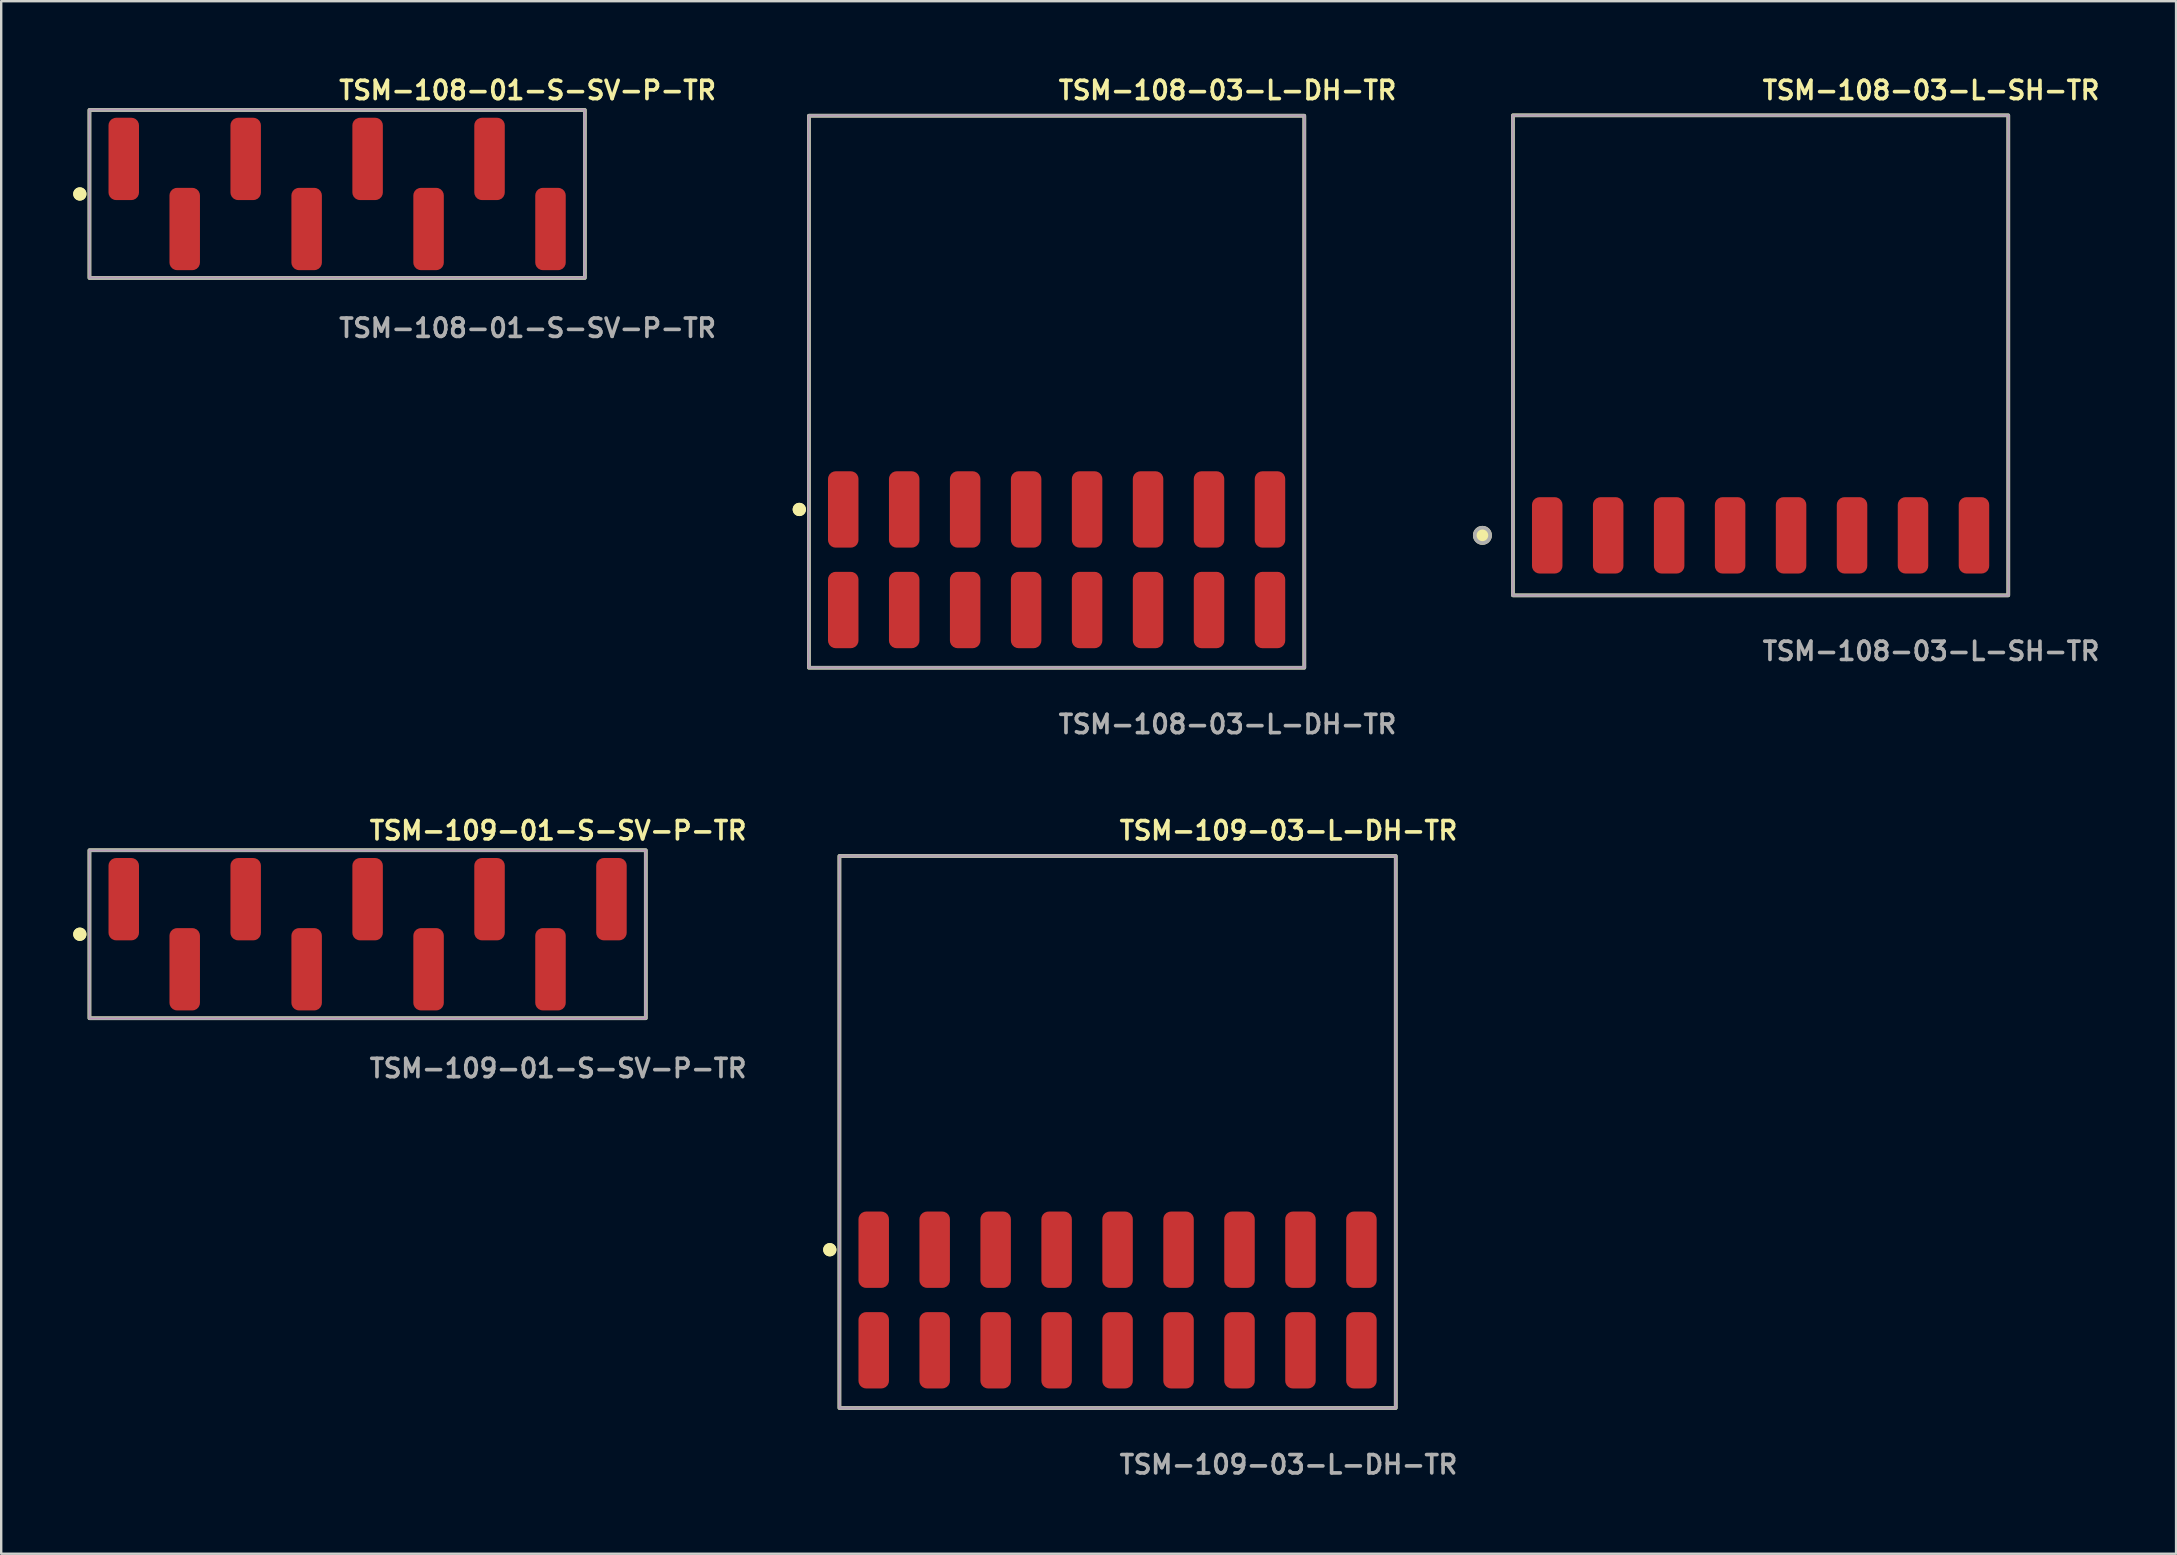
<source format=kicad_pcb>
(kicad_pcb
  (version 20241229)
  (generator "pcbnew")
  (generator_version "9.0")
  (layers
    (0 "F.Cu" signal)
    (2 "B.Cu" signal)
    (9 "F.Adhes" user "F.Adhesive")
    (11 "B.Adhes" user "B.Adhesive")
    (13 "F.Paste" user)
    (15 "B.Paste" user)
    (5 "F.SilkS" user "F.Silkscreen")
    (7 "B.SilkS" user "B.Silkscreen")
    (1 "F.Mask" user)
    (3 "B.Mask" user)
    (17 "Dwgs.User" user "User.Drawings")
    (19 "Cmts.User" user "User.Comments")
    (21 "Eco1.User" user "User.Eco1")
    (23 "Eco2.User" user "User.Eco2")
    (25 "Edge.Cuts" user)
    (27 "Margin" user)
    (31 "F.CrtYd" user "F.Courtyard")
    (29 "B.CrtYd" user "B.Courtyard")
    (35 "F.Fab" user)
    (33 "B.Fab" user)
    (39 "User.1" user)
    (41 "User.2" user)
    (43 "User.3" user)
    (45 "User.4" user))
  (footprint "TSM-108-01-S-SV-P-TR"
    (layer "F.Cu")
    (at 10.996 5.031)
    (property "Reference" "TSM-108-01-S-SV-P-TR" (at 0 -4.318 0) (unlocked yes) (layer "F.SilkS") (effects (font (size 0.762 0.762) (thickness 0.152)) (justify left)))
    (fp_rect (start -10.32 3.5) (end 10.32 -3.5) (stroke (width 0.152) (type solid)) (fill no) (layer "F.SilkS"))
    (fp_circle (center -10.72 0) (end -10.92 0) (stroke (width 0.152) (type solid)) (fill yes) (layer "F.SilkS"))
    (fp_circle (center -10.72 0) (end -10.92 0) (stroke (width 0.152) (type solid)) (fill yes) (layer "F.SilkS"))
    (fp_rect (start -10.32 3.5) (end 10.32 -3.5) (stroke (width 0.006) (type solid)) (fill no) (layer "F.CrtYd"))
    (fp_rect (start -10.32 3.5) (end 10.32 -3.5) (stroke (width 0.152) (type solid)) (fill no) (layer "F.Fab"))
    (fp_text user "${REFERENCE}" (at 0 5.588 0) (unlocked yes) (layer "F.Fab") (effects (font (size 0.762 0.762) (thickness 0.152)) (justify left)))
    (pad "1" smd roundrect (at -8.89 -1.46) (size 1.27 3.43) (layers "F.Cu" "F.Paste") (roundrect_rratio 0.25))
    (pad "2" smd roundrect (at -6.35 1.46) (size 1.27 3.43) (layers "F.Cu" "F.Paste") (roundrect_rratio 0.25))
    (pad "3" smd roundrect (at -3.81 -1.46) (size 1.27 3.43) (layers "F.Cu" "F.Paste") (roundrect_rratio 0.25))
    (pad "4" smd roundrect (at -1.27 1.46) (size 1.27 3.43) (layers "F.Cu" "F.Paste") (roundrect_rratio 0.25))
    (pad "5" smd roundrect (at 1.27 -1.46) (size 1.27 3.43) (layers "F.Cu" "F.Paste") (roundrect_rratio 0.25))
    (pad "6" smd roundrect (at 3.81 1.46) (size 1.27 3.43) (layers "F.Cu" "F.Paste") (roundrect_rratio 0.25))
    (pad "7" smd roundrect (at 6.35 -1.46) (size 1.27 3.43) (layers "F.Cu" "F.Paste") (roundrect_rratio 0.25))
    (pad "8" smd roundrect (at 8.89 1.46) (size 1.27 3.43) (layers "F.Cu" "F.Paste") (roundrect_rratio 0.25)))
  (footprint "TSM-109-03-L-DH-TR"
    (layer "F.Cu")
    (at 43.513 51.114)
    (property "Reference" "TSM-109-03-L-DH-TR" (at 0 -19.558 0) (unlocked yes) (layer "F.SilkS") (effects (font (size 0.762 0.762) (thickness 0.152)) (justify left)))
    (fp_rect (start -11.59 4.5) (end 11.59 -18.5) (stroke (width 0.152) (type solid)) (fill no) (layer "F.SilkS"))
    (fp_circle (center -11.99 -2.095) (end -12.19 -2.095) (stroke (width 0.152) (type solid)) (fill yes) (layer "F.SilkS"))
    (fp_circle (center -11.99 -2.095) (end -12.19 -2.095) (stroke (width 0.152) (type solid)) (fill yes) (layer "F.SilkS"))
    (fp_rect (start -11.59 4.5) (end 11.59 -18.5) (stroke (width 0.006) (type solid)) (fill no) (layer "F.CrtYd"))
    (fp_rect (start -11.59 4.5) (end 11.59 -18.5) (stroke (width 0.152) (type solid)) (fill no) (layer "F.Fab"))
    (fp_text user "${REFERENCE}" (at 0 6.858 0) (unlocked yes) (layer "F.Fab") (effects (font (size 0.762 0.762) (thickness 0.152)) (justify left)))
    (pad "1" smd roundrect (at -10.16 2.095) (size 1.27 3.18) (layers "F.Cu" "F.Paste") (roundrect_rratio 0.25))
    (pad "2" smd roundrect (at -10.16 -2.095) (size 1.27 3.18) (layers "F.Cu" "F.Paste") (roundrect_rratio 0.25))
    (pad "3" smd roundrect (at -7.62 2.095) (size 1.27 3.18) (layers "F.Cu" "F.Paste") (roundrect_rratio 0.25))
    (pad "4" smd roundrect (at -7.62 -2.095) (size 1.27 3.18) (layers "F.Cu" "F.Paste") (roundrect_rratio 0.25))
    (pad "5" smd roundrect (at -5.08 2.095) (size 1.27 3.18) (layers "F.Cu" "F.Paste") (roundrect_rratio 0.25))
    (pad "6" smd roundrect (at -5.08 -2.095) (size 1.27 3.18) (layers "F.Cu" "F.Paste") (roundrect_rratio 0.25))
    (pad "7" smd roundrect (at -2.54 2.095) (size 1.27 3.18) (layers "F.Cu" "F.Paste") (roundrect_rratio 0.25))
    (pad "8" smd roundrect (at -2.54 -2.095) (size 1.27 3.18) (layers "F.Cu" "F.Paste") (roundrect_rratio 0.25))
    (pad "9" smd roundrect (at 0 2.095) (size 1.27 3.18) (layers "F.Cu" "F.Paste") (roundrect_rratio 0.25))
    (pad "10" smd roundrect (at 0 -2.095) (size 1.27 3.18) (layers "F.Cu" "F.Paste") (roundrect_rratio 0.25))
    (pad "11" smd roundrect (at 2.54 2.095) (size 1.27 3.18) (layers "F.Cu" "F.Paste") (roundrect_rratio 0.25))
    (pad "12" smd roundrect (at 2.54 -2.095) (size 1.27 3.18) (layers "F.Cu" "F.Paste") (roundrect_rratio 0.25))
    (pad "13" smd roundrect (at 5.08 2.095) (size 1.27 3.18) (layers "F.Cu" "F.Paste") (roundrect_rratio 0.25))
    (pad "14" smd roundrect (at 5.08 -2.095) (size 1.27 3.18) (layers "F.Cu" "F.Paste") (roundrect_rratio 0.25))
    (pad "15" smd roundrect (at 7.62 2.095) (size 1.27 3.18) (layers "F.Cu" "F.Paste") (roundrect_rratio 0.25))
    (pad "16" smd roundrect (at 7.62 -2.095) (size 1.27 3.18) (layers "F.Cu" "F.Paste") (roundrect_rratio 0.25))
    (pad "17" smd roundrect (at 10.16 2.095) (size 1.27 3.18) (layers "F.Cu" "F.Paste") (roundrect_rratio 0.25))
    (pad "18" smd roundrect (at 10.16 -2.095) (size 1.27 3.18) (layers "F.Cu" "F.Paste") (roundrect_rratio 0.25)))
  (footprint "TSM-108-03-L-DH-TR"
    (layer "F.Cu")
    (at 40.973 20.271)
    (property "Reference" "TSM-108-03-L-DH-TR" (at 0 -19.558 0) (unlocked yes) (layer "F.SilkS") (effects (font (size 0.762 0.762) (thickness 0.152)) (justify left)))
    (fp_rect (start -10.32 4.5) (end 10.32 -18.5) (stroke (width 0.152) (type solid)) (fill no) (layer "F.SilkS"))
    (fp_circle (center -10.72 -2.095) (end -10.92 -2.095) (stroke (width 0.152) (type solid)) (fill yes) (layer "F.SilkS"))
    (fp_circle (center -10.72 -2.095) (end -10.92 -2.095) (stroke (width 0.152) (type solid)) (fill yes) (layer "F.SilkS"))
    (fp_rect (start -10.32 4.5) (end 10.32 -18.5) (stroke (width 0.006) (type solid)) (fill no) (layer "F.CrtYd"))
    (fp_rect (start -10.32 4.5) (end 10.32 -18.5) (stroke (width 0.152) (type solid)) (fill no) (layer "F.Fab"))
    (fp_text user "${REFERENCE}" (at 0 6.858 0) (unlocked yes) (layer "F.Fab") (effects (font (size 0.762 0.762) (thickness 0.152)) (justify left)))
    (pad "1" smd roundrect (at -8.89 2.095) (size 1.27 3.18) (layers "F.Cu" "F.Paste") (roundrect_rratio 0.25))
    (pad "2" smd roundrect (at -8.89 -2.095) (size 1.27 3.18) (layers "F.Cu" "F.Paste") (roundrect_rratio 0.25))
    (pad "3" smd roundrect (at -6.35 2.095) (size 1.27 3.18) (layers "F.Cu" "F.Paste") (roundrect_rratio 0.25))
    (pad "4" smd roundrect (at -6.35 -2.095) (size 1.27 3.18) (layers "F.Cu" "F.Paste") (roundrect_rratio 0.25))
    (pad "5" smd roundrect (at -3.81 2.095) (size 1.27 3.18) (layers "F.Cu" "F.Paste") (roundrect_rratio 0.25))
    (pad "6" smd roundrect (at -3.81 -2.095) (size 1.27 3.18) (layers "F.Cu" "F.Paste") (roundrect_rratio 0.25))
    (pad "7" smd roundrect (at -1.27 2.095) (size 1.27 3.18) (layers "F.Cu" "F.Paste") (roundrect_rratio 0.25))
    (pad "8" smd roundrect (at -1.27 -2.095) (size 1.27 3.18) (layers "F.Cu" "F.Paste") (roundrect_rratio 0.25))
    (pad "9" smd roundrect (at 1.27 2.095) (size 1.27 3.18) (layers "F.Cu" "F.Paste") (roundrect_rratio 0.25))
    (pad "10" smd roundrect (at 1.27 -2.095) (size 1.27 3.18) (layers "F.Cu" "F.Paste") (roundrect_rratio 0.25))
    (pad "11" smd roundrect (at 3.81 2.095) (size 1.27 3.18) (layers "F.Cu" "F.Paste") (roundrect_rratio 0.25))
    (pad "12" smd roundrect (at 3.81 -2.095) (size 1.27 3.18) (layers "F.Cu" "F.Paste") (roundrect_rratio 0.25))
    (pad "13" smd roundrect (at 6.35 2.095) (size 1.27 3.18) (layers "F.Cu" "F.Paste") (roundrect_rratio 0.25))
    (pad "14" smd roundrect (at 6.35 -2.095) (size 1.27 3.18) (layers "F.Cu" "F.Paste") (roundrect_rratio 0.25))
    (pad "15" smd roundrect (at 8.89 2.095) (size 1.27 3.18) (layers "F.Cu" "F.Paste") (roundrect_rratio 0.25))
    (pad "16" smd roundrect (at 8.89 -2.095) (size 1.27 3.18) (layers "F.Cu" "F.Paste") (roundrect_rratio 0.25)))
  (footprint "TSM-109-01-S-SV-P-TR"
    (layer "F.Cu")
    (at 12.266 35.874)
    (property "Reference" "TSM-109-01-S-SV-P-TR" (at 0 -4.318 0) (unlocked yes) (layer "F.SilkS") (effects (font (size 0.762 0.762) (thickness 0.152)) (justify left)))
    (fp_rect (start -11.59 3.5) (end 11.59 -3.5) (stroke (width 0.152) (type solid)) (fill no) (layer "F.SilkS"))
    (fp_circle (center -11.99 0) (end -12.19 0) (stroke (width 0.152) (type solid)) (fill yes) (layer "F.SilkS"))
    (fp_circle (center -11.99 0) (end -12.19 0) (stroke (width 0.152) (type solid)) (fill yes) (layer "F.SilkS"))
    (fp_rect (start -11.59 3.5) (end 11.59 -3.5) (stroke (width 0.006) (type solid)) (fill no) (layer "F.CrtYd"))
    (fp_rect (start -11.59 3.5) (end 11.59 -3.5) (stroke (width 0.152) (type solid)) (fill no) (layer "F.Fab"))
    (fp_text user "${REFERENCE}" (at 0 5.588 0) (unlocked yes) (layer "F.Fab") (effects (font (size 0.762 0.762) (thickness 0.152)) (justify left)))
    (pad "1" smd roundrect (at -10.16 -1.46) (size 1.27 3.43) (layers "F.Cu" "F.Paste") (roundrect_rratio 0.25))
    (pad "2" smd roundrect (at -7.62 1.46) (size 1.27 3.43) (layers "F.Cu" "F.Paste") (roundrect_rratio 0.25))
    (pad "3" smd roundrect (at -5.08 -1.46) (size 1.27 3.43) (layers "F.Cu" "F.Paste") (roundrect_rratio 0.25))
    (pad "4" smd roundrect (at -2.54 1.46) (size 1.27 3.43) (layers "F.Cu" "F.Paste") (roundrect_rratio 0.25))
    (pad "5" smd roundrect (at 0 -1.46) (size 1.27 3.43) (layers "F.Cu" "F.Paste") (roundrect_rratio 0.25))
    (pad "6" smd roundrect (at 2.54 1.46) (size 1.27 3.43) (layers "F.Cu" "F.Paste") (roundrect_rratio 0.25))
    (pad "7" smd roundrect (at 5.08 -1.46) (size 1.27 3.43) (layers "F.Cu" "F.Paste") (roundrect_rratio 0.25))
    (pad "8" smd roundrect (at 7.62 1.46) (size 1.27 3.43) (layers "F.Cu" "F.Paste") (roundrect_rratio 0.25))
    (pad "9" smd roundrect (at 10.16 -1.46) (size 1.27 3.43) (layers "F.Cu" "F.Paste") (roundrect_rratio 0.25)))
  (footprint "TSM-108-03-L-SH-TR"
    (layer "F.Cu")
    (at 70.304 19.255)
    (property "Reference" "TSM-108-03-L-SH-TR" (at 0 -18.542 0) (unlocked yes) (layer "F.SilkS") (effects (font (size 0.762 0.762) (thickness 0.152)) (justify left)))
    (fp_rect (start -10.32 2.5) (end 10.32 -17.5) (stroke (width 0.152) (type solid)) (fill no) (layer "F.SilkS"))
    (fp_circle (center -11.59 0) (end -11.908 0) (stroke (width 0.152) (type solid)) (fill yes) (layer "F.SilkS"))
    (fp_rect (start -10.32 2.5) (end 10.32 -17.5) (stroke (width 0.006) (type solid)) (fill no) (layer "F.CrtYd"))
    (fp_rect (start -10.32 2.5) (end 10.32 -17.5) (stroke (width 0.152) (type solid)) (fill no) (layer "F.Fab"))
    (fp_circle (center -11.59 0) (end -11.908 0) (stroke (width 0.152) (type solid)) (fill no) (layer "F.Fab"))
    (fp_text user "${REFERENCE}" (at 0 4.826 0) (unlocked yes) (layer "F.Fab") (effects (font (size 0.762 0.762) (thickness 0.152)) (justify left)))
    (pad "1" smd roundrect (at -8.89 0) (size 1.27 3.18) (layers "F.Cu" "F.Paste") (roundrect_rratio 0.25))
    (pad "2" smd roundrect (at -6.35 0) (size 1.27 3.18) (layers "F.Cu" "F.Paste") (roundrect_rratio 0.25))
    (pad "3" smd roundrect (at -3.81 0) (size 1.27 3.18) (layers "F.Cu" "F.Paste") (roundrect_rratio 0.25))
    (pad "4" smd roundrect (at -1.27 0) (size 1.27 3.18) (layers "F.Cu" "F.Paste") (roundrect_rratio 0.25))
    (pad "5" smd roundrect (at 1.27 0) (size 1.27 3.18) (layers "F.Cu" "F.Paste") (roundrect_rratio 0.25))
    (pad "6" smd roundrect (at 3.81 0) (size 1.27 3.18) (layers "F.Cu" "F.Paste") (roundrect_rratio 0.25))
    (pad "7" smd roundrect (at 6.35 0) (size 1.27 3.18) (layers "F.Cu" "F.Paste") (roundrect_rratio 0.25))
    (pad "8" smd roundrect (at 8.89 0) (size 1.27 3.18) (layers "F.Cu" "F.Paste") (roundrect_rratio 0.25)))
  (gr_rect
    (start -3 -3)
    (end 87.615 61.685)
    (stroke (width 0.1) (type default))
    (fill no)
    (layer "Edge.Cuts")))
</source>
